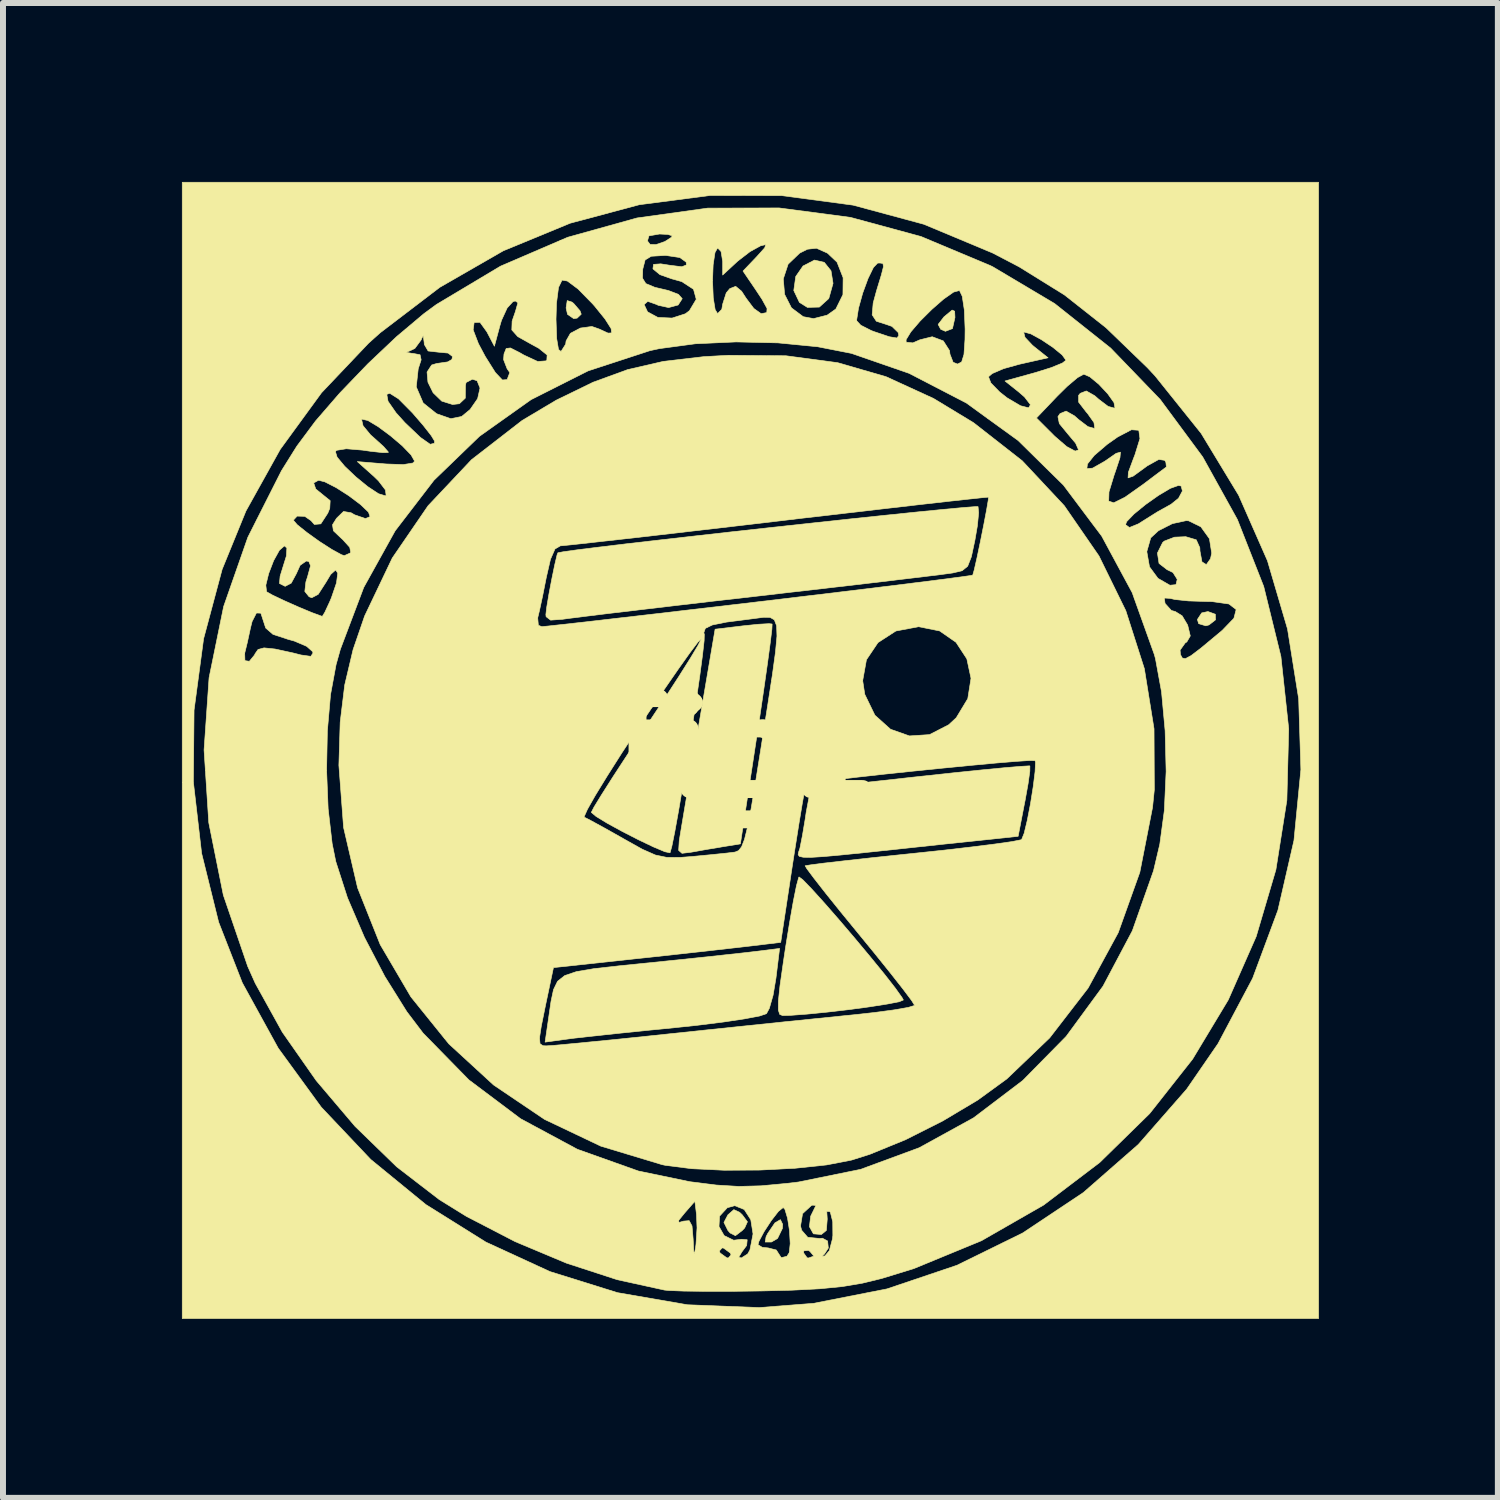
<source format=kicad_pcb>
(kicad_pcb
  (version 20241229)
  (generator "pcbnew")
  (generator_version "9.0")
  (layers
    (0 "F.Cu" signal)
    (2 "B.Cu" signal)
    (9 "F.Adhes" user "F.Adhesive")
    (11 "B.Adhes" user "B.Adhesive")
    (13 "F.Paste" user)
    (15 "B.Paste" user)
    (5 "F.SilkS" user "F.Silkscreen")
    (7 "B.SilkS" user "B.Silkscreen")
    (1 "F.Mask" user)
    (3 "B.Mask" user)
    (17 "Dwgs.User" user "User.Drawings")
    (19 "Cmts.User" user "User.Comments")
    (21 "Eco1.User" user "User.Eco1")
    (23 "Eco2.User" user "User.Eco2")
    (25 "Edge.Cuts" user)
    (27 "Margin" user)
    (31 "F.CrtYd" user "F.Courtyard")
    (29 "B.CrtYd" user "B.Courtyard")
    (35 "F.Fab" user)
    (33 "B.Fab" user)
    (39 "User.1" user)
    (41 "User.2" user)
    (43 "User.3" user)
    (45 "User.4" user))
  (footprint "fig1"
    (layer "F.Cu")
    (at 9.488 9.488)
    (property "Reference" "fig1" (at 0 0 0) (layer "F.SilkS") (effects (font (size 1.524 1.524) (thickness 0.3))))
    (attr through_hole)
    (fp_poly (pts (xy 7.836 -2.241) (xy 7.839 -2.147) (xy 7.73 -2.062) (xy 7.676 -2.047) (xy 7.556 -2.083) (xy 7.535 -2.153) (xy 7.607 -2.263) (xy 7.712 -2.286) (xy 7.836 -2.241)) (stroke (width 0.01) (type solid)) (fill yes) (layer "F.SilkS"))
    (fp_poly (pts (xy -2.95 -7.474) (xy -2.921 -7.451) (xy -2.815 -7.328) (xy -2.794 -7.271) (xy -2.863 -7.205) (xy -2.921 -7.197) (xy -3.024 -7.268) (xy -3.048 -7.376) (xy -3.029 -7.499) (xy -2.95 -7.474)) (stroke (width 0.01) (type solid)) (fill yes) (layer "F.SilkS"))
    (fp_poly (pts (xy 0.583 7.987) (xy 0.579 8.054) (xy 0.497 8.223) (xy 0.395 8.283) (xy 0.29 8.283) (xy 0.304 8.195) (xy 0.332 8.14) (xy 0.453 7.962) (xy 0.545 7.908) (xy 0.583 7.987)) (stroke (width 0.01) (type solid)) (fill yes) (layer "F.SilkS"))
    (fp_poly (pts (xy 3.466 -7.321) (xy 3.471 -7.215) (xy 3.429 -7.029) (xy 3.311 -6.984) (xy 3.232 -7.018) (xy 3.189 -7.099) (xy 3.286 -7.225) (xy 3.3 -7.237) (xy 3.424 -7.34) (xy 3.466 -7.321)) (stroke (width 0.01) (type solid)) (fill yes) (layer "F.SilkS"))
    (fp_poly (pts (xy -0.139 7.785) (xy -0.095 7.827) (xy -0.008 7.944) (xy -0.054 8.047) (xy -0.095 8.09) (xy -0.209 8.177) (xy -0.298 8.132) (xy -0.335 8.09) (xy -0.402 7.955) (xy -0.335 7.827) (xy -0.236 7.74) (xy -0.139 7.785)) (stroke (width 0.01) (type solid)) (fill yes) (layer "F.SilkS"))
    (fp_poly (pts (xy 1.28 -8.14) (xy 1.393 -7.999) (xy 1.427 -7.788) (xy 1.358 -7.541) (xy 1.352 -7.53) (xy 1.197 -7.39) (xy 0.997 -7.385) (xy 0.864 -7.468) (xy 0.769 -7.668) (xy 0.802 -7.903) (xy 0.924 -8.079) (xy 1.116 -8.178) (xy 1.28 -8.14)) (stroke (width 0.01) (type solid)) (fill yes) (layer "F.SilkS"))
    (fp_poly (pts (xy 0.406 -2.077) (xy 0.402 -1.99) (xy 0.374 -1.759) (xy 0.327 -1.41) (xy 0.264 -0.967) (xy 0.189 -0.455) (xy 0.153 -0.221) (xy -0.126 1.609) (xy -0.423 1.657) (xy -0.703 1.704) (xy -0.955 1.749) (xy -1.105 1.767) (xy -1.161 1.718) (xy -1.151 1.558) (xy -1.137 1.468) (xy -1.106 1.281) (xy -1.052 0.96) (xy -0.981 0.54) (xy -0.898 0.053) (xy -0.817 -0.423) (xy -0.55 -1.99) (xy -0.085 -2.046) (xy 0.175 -2.073) (xy 0.355 -2.083) (xy 0.406 -2.077)) (stroke (width 0.01) (type solid)) (fill yes) (layer "F.SilkS"))
    (fp_poly (pts (xy 0.92 2.21) (xy 1.068 2.363) (xy 1.278 2.595) (xy 1.527 2.88) (xy 1.793 3.192) (xy 2.054 3.505) (xy 2.288 3.792) (xy 2.472 4.028) (xy 2.584 4.185) (xy 2.606 4.226) (xy 2.536 4.255) (xy 2.335 4.294) (xy 2.042 4.34) (xy 1.695 4.387) (xy 1.331 4.429) (xy 0.988 4.463) (xy 0.706 4.484) (xy 0.583 4.487) (xy 0.534 4.468) (xy 0.51 4.395) (xy 0.511 4.242) (xy 0.538 3.985) (xy 0.593 3.599) (xy 0.63 3.351) (xy 0.698 2.931) (xy 0.761 2.573) (xy 0.814 2.31) (xy 0.851 2.174) (xy 0.857 2.163) (xy 0.92 2.21)) (stroke (width 0.01) (type solid)) (fill yes) (layer "F.SilkS"))
    (fp_poly (pts (xy 0.47 3.861) (xy 0.422 4.146) (xy 0.359 4.366) (xy 0.311 4.455) (xy 0.197 4.494) (xy -0.056 4.542) (xy -0.417 4.596) (xy -0.857 4.651) (xy -1.228 4.69) (xy -1.734 4.74) (xy -2.208 4.789) (xy -2.613 4.833) (xy -2.912 4.866) (xy -3.034 4.882) (xy -3.4 4.932) (xy -3.34 4.519) (xy -3.301 4.25) (xy -3.259 4.052) (xy -3.191 3.912) (xy -3.07 3.816) (xy -2.874 3.75) (xy -2.578 3.7) (xy -2.158 3.653) (xy -1.722 3.609) (xy -1.214 3.557) (xy -0.732 3.507) (xy -0.317 3.462) (xy -0.006 3.428) (xy 0.117 3.413) (xy 0.531 3.362) (xy 0.47 3.861)) (stroke (width 0.01) (type solid)) (fill yes) (layer "F.SilkS"))
    (fp_poly (pts (xy 4.727 0.302) (xy 4.726 0.39) (xy 4.697 0.599) (xy 4.646 0.885) (xy 4.642 0.903) (xy 4.53 1.482) (xy 3.26 1.616) (xy 2.552 1.692) (xy 1.996 1.751) (xy 1.573 1.794) (xy 1.265 1.822) (xy 1.056 1.835) (xy 0.928 1.833) (xy 0.862 1.818) (xy 0.842 1.789) (xy 0.85 1.746) (xy 0.869 1.691) (xy 0.873 1.676) (xy 0.913 1.474) (xy 0.96 1.194) (xy 0.977 1.079) (xy 1.021 0.845) (xy 1.068 0.697) (xy 1.089 0.673) (xy 1.186 0.663) (xy 1.425 0.637) (xy 1.782 0.598) (xy 2.23 0.55) (xy 2.745 0.493) (xy 2.921 0.474) (xy 3.45 0.417) (xy 3.918 0.369) (xy 4.302 0.332) (xy 4.576 0.309) (xy 4.715 0.301) (xy 4.727 0.302)) (stroke (width 0.01) (type solid)) (fill yes) (layer "F.SilkS"))
    (fp_poly (pts (xy 3.858 -4.045) (xy 3.868 -3.942) (xy 3.847 -3.725) (xy 3.806 -3.485) (xy 3.746 -3.204) (xy 3.684 -3.046) (xy 3.591 -2.97) (xy 3.434 -2.933) (xy 3.398 -2.928) (xy 3.243 -2.907) (xy 2.941 -2.87) (xy 2.515 -2.819) (xy 1.985 -2.756) (xy 1.374 -2.685) (xy 0.704 -2.608) (xy 0.127 -2.541) (xy -0.575 -2.461) (xy -1.233 -2.384) (xy -1.826 -2.314) (xy -2.333 -2.254) (xy -2.732 -2.205) (xy -3.002 -2.171) (xy -3.111 -2.156) (xy -3.308 -2.142) (xy -3.383 -2.2) (xy -3.387 -2.236) (xy -3.372 -2.363) (xy -3.335 -2.583) (xy -3.286 -2.84) (xy -3.237 -3.077) (xy -3.199 -3.237) (xy -3.186 -3.271) (xy -3.097 -3.288) (xy -2.861 -3.321) (xy -2.5 -3.366) (xy -2.035 -3.422) (xy -1.488 -3.485) (xy -0.88 -3.554) (xy -0.232 -3.627) (xy 0.434 -3.7) (xy 1.097 -3.772) (xy 1.736 -3.841) (xy 2.328 -3.903) (xy 2.854 -3.957) (xy 3.29 -4) (xy 3.616 -4.03) (xy 3.811 -4.045) (xy 3.858 -4.045)) (stroke (width 0.01) (type solid)) (fill yes) (layer "F.SilkS"))
    (fp_poly (pts (xy 9.567 9.567) (xy -9.483 9.567) (xy -9.483 0.575) (xy -9.296 0.575) (xy -9.158 1.768) (xy -8.873 2.921) (xy -8.476 3.938) (xy -7.874 5.033) (xy -7.152 6.023) (xy -6.323 6.899) (xy -5.398 7.656) (xy -4.392 8.285) (xy -3.318 8.779) (xy -2.187 9.132) (xy -1.014 9.335) (xy 0.19 9.382) (xy 1.101 9.311) (xy 2.331 9.069) (xy 3.504 8.673) (xy 4.606 8.132) (xy 5.623 7.454) (xy 6.544 6.648) (xy 7.356 5.72) (xy 7.88 4.959) (xy 8.461 3.863) (xy 8.885 2.722) (xy 9.154 1.551) (xy 9.27 0.364) (xy 9.233 -0.822) (xy 9.046 -1.994) (xy 8.71 -3.137) (xy 8.227 -4.235) (xy 7.598 -5.273) (xy 6.825 -6.237) (xy 6.694 -6.377) (xy 6.003 -7.044) (xy 5.307 -7.593) (xy 4.546 -8.065) (xy 4.106 -8.295) (xy 2.948 -8.779) (xy 1.763 -9.099) (xy 0.565 -9.259) (xy -0.635 -9.261) (xy -1.821 -9.106) (xy -2.98 -8.796) (xy -4.1 -8.334) (xy -5.166 -7.721) (xy -6.165 -6.959) (xy -6.36 -6.784) (xy -7.148 -5.954) (xy -7.84 -5.005) (xy -8.415 -3.972) (xy -8.814 -2.994) (xy -9.125 -1.831) (xy -9.285 -0.633) (xy -9.296 0.575) (xy -9.483 0.575) (xy -9.483 -9.483) (xy 9.567 -9.483) (xy 9.567 9.567)) (stroke (width 0.01) (type solid)) (fill yes) (layer "F.SilkS"))
    (fp_poly (pts (xy 0.637 -6.574) (xy 1.505 -6.458) (xy 2.316 -6.223) (xy 3.112 -5.858) (xy 3.782 -5.452) (xy 4.599 -4.813) (xy 5.303 -4.061) (xy 5.885 -3.218) (xy 6.335 -2.3) (xy 6.646 -1.328) (xy 6.808 -0.321) (xy 6.813 0.702) (xy 6.783 0.998) (xy 6.57 2.085) (xy 6.208 3.097) (xy 5.703 4.026) (xy 5.058 4.862) (xy 4.34 5.549) (xy 3.852 5.904) (xy 3.265 6.254) (xy 2.642 6.568) (xy 2.043 6.813) (xy 1.736 6.91) (xy 1.318 6.991) (xy 0.787 7.047) (xy 0.197 7.077) (xy -0.397 7.08) (xy -0.941 7.054) (xy -1.382 6.998) (xy -1.439 6.986) (xy -2.466 6.676) (xy -3.41 6.227) (xy -4.263 5.651) (xy -5.013 4.962) (xy -5.095 4.861) (xy -3.494 4.861) (xy -3.485 4.959) (xy -3.437 4.992) (xy -3.382 4.995) (xy -3.256 4.987) (xy -2.987 4.962) (xy -2.603 4.925) (xy -2.128 4.878) (xy -1.59 4.822) (xy -1.296 4.791) (xy -0.659 4.724) (xy -0.003 4.656) (xy 0.629 4.59) (xy 1.192 4.533) (xy 1.64 4.487) (xy 1.714 4.48) (xy 2.119 4.436) (xy 2.454 4.391) (xy 2.689 4.35) (xy 2.792 4.318) (xy 2.794 4.315) (xy 2.743 4.233) (xy 2.601 4.044) (xy 2.385 3.769) (xy 2.114 3.432) (xy 1.865 3.128) (xy 1.563 2.759) (xy 1.305 2.438) (xy 1.108 2.186) (xy 0.988 2.025) (xy 0.959 1.976) (xy 1.047 1.961) (xy 1.278 1.931) (xy 1.627 1.891) (xy 2.07 1.842) (xy 2.581 1.788) (xy 2.756 1.77) (xy 3.287 1.714) (xy 3.76 1.659) (xy 4.149 1.61) (xy 4.43 1.57) (xy 4.575 1.541) (xy 4.589 1.535) (xy 4.631 1.431) (xy 4.683 1.215) (xy 4.737 0.937) (xy 4.783 0.648) (xy 4.814 0.399) (xy 4.821 0.241) (xy 4.813 0.213) (xy 4.723 0.211) (xy 4.494 0.226) (xy 4.156 0.254) (xy 3.737 0.293) (xy 3.266 0.339) (xy 2.774 0.389) (xy 2.288 0.44) (xy 1.839 0.49) (xy 1.456 0.534) (xy 1.167 0.572) (xy 1.002 0.598) (xy 0.975 0.606) (xy 0.954 0.696) (xy 0.913 0.923) (xy 0.857 1.26) (xy 0.791 1.677) (xy 0.749 1.947) (xy 0.55 3.26) (xy -0.000147 3.326) (xy -0.281 3.358) (xy -0.685 3.404) (xy -1.166 3.457) (xy -1.678 3.513) (xy -1.905 3.537) (xy -3.26 3.683) (xy -3.398 4.339) (xy -3.464 4.666) (xy -3.494 4.861) (xy -5.095 4.861) (xy -5.65 4.173) (xy -6.164 3.297) (xy -6.543 2.346) (xy -6.778 1.335) (xy -6.792 1.15) (xy -2.744 1.15) (xy -2.742 1.162) (xy -2.638 1.215) (xy -2.427 1.33) (xy -2.151 1.485) (xy -2.074 1.529) (xy -1.77 1.699) (xy -1.55 1.796) (xy -1.356 1.836) (xy -1.126 1.835) (xy -0.931 1.82) (xy -0.618 1.79) (xy -0.354 1.763) (xy -0.215 1.746) (xy -0.157 1.722) (xy -0.106 1.658) (xy -0.057 1.532) (xy -0.005 1.323) (xy 0.055 1.01) (xy 0.128 0.572) (xy 0.221 -0.011) (xy 0.227 -0.05) (xy 0.331 -0.712) (xy 0.395 -1.128) (xy 1.924 -1.128) (xy 1.959 -0.898) (xy 2.129 -0.548) (xy 2.391 -0.313) (xy 2.708 -0.201) (xy 3.045 -0.223) (xy 3.366 -0.388) (xy 3.493 -0.506) (xy 3.686 -0.826) (xy 3.74 -1.167) (xy 3.67 -1.493) (xy 3.489 -1.77) (xy 3.214 -1.961) (xy 2.862 -2.032) (xy 2.481 -1.96) (xy 2.181 -1.766) (xy 1.987 -1.478) (xy 1.924 -1.128) (xy 0.395 -1.128) (xy 0.41 -1.224) (xy 0.462 -1.605) (xy 0.487 -1.874) (xy 0.481 -2.048) (xy 0.443 -2.147) (xy 0.372 -2.188) (xy 0.265 -2.19) (xy 0.121 -2.171) (xy 0.021 -2.158) (xy -0.36 -2.109) (xy -0.596 -2.061) (xy -0.714 -2.004) (xy -0.739 -1.932) (xy -0.731 -1.903) (xy -0.734 -1.797) (xy -0.761 -1.556) (xy -0.807 -1.209) (xy -0.868 -0.786) (xy -0.939 -0.318) (xy -1.015 0.166) (xy -1.091 0.634) (xy -1.163 1.057) (xy -1.226 1.406) (xy -1.275 1.649) (xy -1.305 1.757) (xy -1.307 1.758) (xy -1.393 1.74) (xy -1.585 1.659) (xy -1.838 1.538) (xy -2.111 1.398) (xy -2.361 1.261) (xy -2.546 1.148) (xy -2.624 1.082) (xy -2.625 1.08) (xy -2.58 0.992) (xy -2.454 0.786) (xy -2.262 0.484) (xy -2.018 0.11) (xy -1.737 -0.316) (xy -1.687 -0.391) (xy -1.403 -0.82) (xy -1.157 -1.199) (xy -0.963 -1.507) (xy -0.834 -1.723) (xy -0.784 -1.824) (xy -0.784 -1.828) (xy -0.839 -1.772) (xy -0.973 -1.594) (xy -1.172 -1.314) (xy -1.422 -0.952) (xy -1.708 -0.529) (xy -1.818 -0.364) (xy -2.11 0.079) (xy -2.36 0.473) (xy -2.558 0.796) (xy -2.69 1.029) (xy -2.744 1.15) (xy -6.792 1.15) (xy -6.857 0.291) (xy -6.835 -0.432) (xy -6.759 -1.056) (xy -6.619 -1.647) (xy -6.436 -2.18) (xy -3.524 -2.18) (xy -3.513 -2.056) (xy -3.456 -2.033) (xy -3.35 -2.043) (xy -3.095 -2.071) (xy -2.707 -2.114) (xy -2.206 -2.172) (xy -1.608 -2.241) (xy -0.933 -2.32) (xy -0.198 -2.406) (xy 0.201 -2.453) (xy 0.956 -2.543) (xy 1.657 -2.627) (xy 2.287 -2.704) (xy 2.828 -2.771) (xy 3.262 -2.826) (xy 3.573 -2.867) (xy 3.742 -2.891) (xy 3.769 -2.897) (xy 3.794 -2.984) (xy 3.84 -3.186) (xy 3.896 -3.453) (xy 3.953 -3.737) (xy 4.001 -3.989) (xy 4.03 -4.16) (xy 4.033 -4.204) (xy 3.949 -4.197) (xy 3.715 -4.172) (xy 3.348 -4.132) (xy 2.864 -4.077) (xy 2.283 -4.01) (xy 1.621 -3.933) (xy 0.895 -3.849) (xy 0.508 -3.803) (xy -0.249 -3.714) (xy -0.956 -3.632) (xy -1.595 -3.558) (xy -2.149 -3.495) (xy -2.598 -3.445) (xy -2.924 -3.409) (xy -3.109 -3.39) (xy -3.143 -3.388) (xy -3.234 -3.335) (xy -3.31 -3.162) (xy -3.38 -2.857) (xy -3.44 -2.555) (xy -3.494 -2.304) (xy -3.524 -2.18) (xy -6.436 -2.18) (xy -6.424 -2.214) (xy -5.962 -3.183) (xy -5.362 -4.059) (xy -4.633 -4.832) (xy -3.785 -5.489) (xy -3.214 -5.829) (xy -2.596 -6.13) (xy -2.016 -6.342) (xy -1.417 -6.48) (xy -0.74 -6.559) (xy -0.328 -6.582) (xy 0.637 -6.574)) (stroke (width 0.01) (type solid)) (fill yes) (layer "F.SilkS"))
    (fp_poly (pts (xy 1.719 -8.894) (xy 2.902 -8.573) (xy 4.059 -8.088) (xy 4.106 -8.065) (xy 5.142 -7.449) (xy 6.081 -6.703) (xy 6.912 -5.841) (xy 7.624 -4.878) (xy 8.206 -3.828) (xy 8.647 -2.706) (xy 8.935 -1.534) (xy 9.066 -0.318) (xy 9.035 0.878) (xy 8.851 2.042) (xy 8.521 3.161) (xy 8.053 4.224) (xy 7.455 5.217) (xy 6.735 6.13) (xy 5.899 6.949) (xy 4.957 7.664) (xy 3.916 8.261) (xy 2.783 8.728) (xy 2.244 8.894) (xy 1.92 8.973) (xy 1.588 9.029) (xy 1.206 9.067) (xy 0.733 9.091) (xy 0.212 9.104) (xy -0.27 9.11) (xy -0.711 9.11) (xy -1.073 9.106) (xy -1.322 9.096) (xy -1.397 9.089) (xy -2.19 8.915) (xy -3.043 8.637) (xy -3.903 8.276) (xy -4.584 7.923) (xy -1.163 7.923) (xy -1.154 7.955) (xy -1.079 7.933) (xy -0.985 7.925) (xy -0.937 8.013) (xy -0.918 8.235) (xy -0.918 8.236) (xy -0.908 8.44) (xy -0.896 8.484) (xy -0.888 8.434) (xy -0.479 8.434) (xy -0.466 8.467) (xy -0.354 8.548) (xy -0.329 8.551) (xy -0.283 8.499) (xy -0.296 8.467) (xy -0.408 8.385) (xy -0.433 8.382) (xy -0.479 8.434) (xy -0.888 8.434) (xy -0.877 8.375) (xy -0.87 8.317) (xy -0.853 8.046) (xy -0.854 8.023) (xy -0.485 8.023) (xy -0.398 8.176) (xy -0.239 8.253) (xy -0.106 8.237) (xy -0.012 8.245) (xy -0.021 8.341) (xy -0.102 8.45) (xy -0.153 8.537) (xy -0.111 8.551) (xy -0.004 8.483) (xy 0.033 8.417) (xy 0.051 8.328) (xy 0.169 8.328) (xy 0.24 8.372) (xy 0.339 8.382) (xy 0.476 8.417) (xy 0.508 8.467) (xy 0.559 8.546) (xy 0.654 8.522) (xy 0.693 8.462) (xy 0.931 8.462) (xy 0.993 8.548) (xy 1.016 8.551) (xy 1.098 8.522) (xy 1.101 8.514) (xy 1.041 8.442) (xy 1.016 8.424) (xy 0.938 8.431) (xy 0.931 8.462) (xy 0.693 8.462) (xy 0.693 8.461) (xy 0.709 8.309) (xy 0.697 8.094) (xy 0.685 8.015) (xy 0.882 8.015) (xy 0.901 8.086) (xy 1.003 8.204) (xy 1.204 8.224) (xy 1.249 8.219) (xy 1.336 8.266) (xy 1.348 8.384) (xy 1.28 8.489) (xy 1.268 8.496) (xy 1.249 8.522) (xy 1.289 8.517) (xy 1.365 8.428) (xy 1.417 8.232) (xy 1.424 8.174) (xy 1.422 7.944) (xy 1.383 7.788) (xy 1.371 7.772) (xy 1.322 7.771) (xy 1.33 7.898) (xy 1.315 8.089) (xy 1.232 8.157) (xy 1.098 8.146) (xy 1.031 8.026) (xy 1.052 7.85) (xy 1.086 7.781) (xy 1.14 7.67) (xy 1.084 7.665) (xy 1.064 7.672) (xy 0.916 7.808) (xy 0.882 8.015) (xy 0.685 8.015) (xy 0.664 7.882) (xy 0.62 7.735) (xy 0.591 7.705) (xy 0.512 7.769) (xy 0.392 7.924) (xy 0.27 8.111) (xy 0.185 8.271) (xy 0.169 8.328) (xy 0.051 8.328) (xy 0.086 8.148) (xy 0.048 7.909) (xy -0.062 7.738) (xy -0.221 7.674) (xy -0.345 7.708) (xy -0.475 7.849) (xy -0.485 8.023) (xy -0.854 8.023) (xy -0.862 7.82) (xy -0.889 7.6) (xy -1.058 7.794) (xy -1.163 7.923) (xy -4.584 7.923) (xy -4.718 7.854) (xy -5.175 7.571) (xy -5.888 7.022) (xy -6.586 6.344) (xy -7.236 5.578) (xy -7.805 4.765) (xy -8.259 3.945) (xy -8.386 3.66) (xy -8.794 2.467) (xy -9.038 1.254) (xy -9.095 0.373) (xy -7.063 0.373) (xy -7.037 1.021) (xy -6.97 1.603) (xy -6.909 1.905) (xy -6.713 2.513) (xy -6.429 3.175) (xy -6.087 3.831) (xy -5.718 4.422) (xy -5.445 4.782) (xy -4.678 5.565) (xy -3.81 6.217) (xy -2.858 6.729) (xy -1.836 7.093) (xy -0.974 7.272) (xy -0.53 7.328) (xy -0.156 7.351) (xy 0.22 7.341) (xy 0.668 7.299) (xy 0.849 7.277) (xy 1.889 7.065) (xy 2.871 6.703) (xy 3.782 6.202) (xy 4.608 5.575) (xy 5.336 4.835) (xy 5.953 3.994) (xy 6.445 3.065) (xy 6.8 2.059) (xy 6.905 1.614) (xy 6.981 1.049) (xy 7.011 0.394) (xy 6.994 -0.289) (xy 6.934 -0.94) (xy 6.832 -1.497) (xy 6.813 -1.566) (xy 6.474 -2.513) (xy 6.98 -2.513) (xy 6.993 -2.422) (xy 7.099 -2.304) (xy 7.165 -2.286) (xy 7.279 -2.215) (xy 7.372 -2.059) (xy 7.416 -1.877) (xy 7.358 -1.777) (xy 7.331 -1.76) (xy 7.245 -1.639) (xy 7.251 -1.565) (xy 7.282 -1.507) (xy 7.333 -1.496) (xy 7.429 -1.547) (xy 7.596 -1.674) (xy 7.859 -1.893) (xy 7.951 -1.97) (xy 8.147 -2.173) (xy 8.185 -2.32) (xy 8.063 -2.413) (xy 7.781 -2.453) (xy 7.672 -2.455) (xy 7.387 -2.464) (xy 7.159 -2.488) (xy 7.076 -2.507) (xy 6.98 -2.513) (xy 6.474 -2.513) (xy 6.443 -2.601) (xy 6.071 -3.291) (xy 6.687 -3.291) (xy 6.732 -3.036) (xy 6.874 -2.843) (xy 6.877 -2.841) (xy 7.075 -2.727) (xy 7.176 -2.737) (xy 7.197 -2.826) (xy 7.126 -2.94) (xy 7.027 -2.988) (xy 6.892 -3.093) (xy 6.865 -3.267) (xy 6.952 -3.442) (xy 6.98 -3.467) (xy 7.151 -3.533) (xy 7.34 -3.541) (xy 7.516 -3.489) (xy 7.576 -3.356) (xy 7.578 -3.302) (xy 7.612 -3.119) (xy 7.685 -3.073) (xy 7.755 -3.172) (xy 7.775 -3.265) (xy 7.737 -3.507) (xy 7.593 -3.707) (xy 7.389 -3.807) (xy 7.347 -3.81) (xy 7.116 -3.76) (xy 6.883 -3.642) (xy 6.753 -3.522) (xy 6.687 -3.291) (xy 6.071 -3.291) (xy 5.931 -3.551) (xy 5.787 -3.742) (xy 6.33 -3.742) (xy 6.396 -3.695) (xy 6.546 -3.756) (xy 6.633 -3.811) (xy 6.867 -3.958) (xy 7.077 -4.075) (xy 7.091 -4.082) (xy 7.219 -4.185) (xy 7.284 -4.307) (xy 7.263 -4.39) (xy 7.218 -4.4) (xy 7.083 -4.352) (xy 6.883 -4.233) (xy 6.665 -4.079) (xy 6.472 -3.921) (xy 6.35 -3.794) (xy 6.33 -3.742) (xy 5.787 -3.742) (xy 5.289 -4.406) (xy 5.008 -4.682) (xy 5.682 -4.682) (xy 5.778 -4.69) (xy 5.981 -4.805) (xy 6.012 -4.826) (xy 6.173 -4.938) (xy 6.245 -4.958) (xy 6.237 -4.865) (xy 6.162 -4.639) (xy 6.139 -4.574) (xy 6.053 -4.292) (xy 6.048 -4.138) (xy 6.133 -4.109) (xy 6.32 -4.202) (xy 6.619 -4.413) (xy 6.646 -4.433) (xy 6.846 -4.584) (xy 6.983 -4.686) (xy 7.015 -4.71) (xy 7.007 -4.786) (xy 6.988 -4.821) (xy 6.888 -4.836) (xy 6.694 -4.728) (xy 6.641 -4.689) (xy 6.457 -4.555) (xy 6.373 -4.527) (xy 6.378 -4.62) (xy 6.463 -4.85) (xy 6.488 -4.914) (xy 6.572 -5.185) (xy 6.553 -5.325) (xy 6.43 -5.334) (xy 6.199 -5.213) (xy 6.023 -5.089) (xy 5.806 -4.903) (xy 5.692 -4.76) (xy 5.682 -4.682) (xy 5.008 -4.682) (xy 4.53 -5.153) (xy 4.008 -5.531) (xy 4.837 -5.531) (xy 5.143 -5.225) (xy 5.345 -5.051) (xy 5.486 -4.976) (xy 5.543 -4.996) (xy 5.494 -5.108) (xy 5.367 -5.259) (xy 5.221 -5.437) (xy 5.197 -5.553) (xy 5.232 -5.604) (xy 5.334 -5.646) (xy 5.474 -5.567) (xy 5.544 -5.505) (xy 5.7 -5.386) (xy 5.806 -5.357) (xy 5.814 -5.362) (xy 5.801 -5.455) (xy 5.694 -5.606) (xy 5.671 -5.632) (xy 5.544 -5.797) (xy 5.543 -5.909) (xy 5.571 -5.944) (xy 5.673 -5.984) (xy 5.814 -5.904) (xy 5.883 -5.843) (xy 6.039 -5.725) (xy 6.145 -5.696) (xy 6.153 -5.701) (xy 6.137 -5.789) (xy 6.032 -5.937) (xy 5.883 -6.096) (xy 5.732 -6.221) (xy 5.631 -6.265) (xy 5.526 -6.208) (xy 5.351 -6.06) (xy 5.187 -5.898) (xy 4.837 -5.531) (xy 4.008 -5.531) (xy 3.664 -5.781) (xy 2.813 -6.222) (xy 4.033 -6.222) (xy 4.073 -6.118) (xy 4.22 -5.967) (xy 4.346 -5.868) (xy 4.57 -5.736) (xy 4.707 -5.701) (xy 4.736 -5.754) (xy 4.637 -5.883) (xy 4.538 -5.969) (xy 4.31 -6.151) (xy 4.822 -6.293) (xy 5.087 -6.376) (xy 5.272 -6.452) (xy 5.332 -6.499) (xy 5.268 -6.588) (xy 5.113 -6.715) (xy 4.92 -6.844) (xy 4.743 -6.941) (xy 4.632 -6.971) (xy 4.624 -6.966) (xy 4.645 -6.883) (xy 4.769 -6.751) (xy 4.8 -6.725) (xy 5.032 -6.54) (xy 4.552 -6.432) (xy 4.286 -6.358) (xy 4.096 -6.276) (xy 4.033 -6.222) (xy 2.813 -6.222) (xy 2.703 -6.279) (xy 1.736 -6.614) (xy 1.17 -6.725) (xy 0.505 -6.79) (xy -0.199 -6.806) (xy -0.882 -6.775) (xy -1.483 -6.694) (xy -1.641 -6.66) (xy -2.678 -6.321) (xy -3.634 -5.839) (xy -4.5 -5.224) (xy -5.263 -4.487) (xy -5.914 -3.639) (xy -6.44 -2.691) (xy -6.832 -1.654) (xy -6.904 -1.397) (xy -6.997 -0.894) (xy -7.05 -0.285) (xy -7.063 0.373) (xy -9.095 0.373) (xy -9.117 0.035) (xy -9.033 -1.177) (xy -8.949 -1.587) (xy -8.436 -1.587) (xy -8.432 -1.463) (xy -8.358 -1.452) (xy -8.271 -1.558) (xy -8.263 -1.577) (xy -8.212 -1.65) (xy -8.112 -1.677) (xy -7.927 -1.658) (xy -7.625 -1.592) (xy -7.492 -1.558) (xy -7.328 -1.535) (xy -7.291 -1.59) (xy -7.298 -1.615) (xy -7.397 -1.703) (xy -7.603 -1.791) (xy -7.711 -1.821) (xy -7.962 -1.904) (xy -8.084 -2.01) (xy -8.113 -2.099) (xy -8.165 -2.259) (xy -8.239 -2.262) (xy -8.312 -2.119) (xy -8.339 -2.011) (xy -8.391 -1.771) (xy -8.436 -1.587) (xy -8.949 -1.587) (xy -8.789 -2.37) (xy -8.664 -2.728) (xy -8.082 -2.728) (xy -8.069 -2.618) (xy -7.97 -2.562) (xy -7.772 -2.468) (xy -7.531 -2.361) (xy -7.305 -2.267) (xy -7.15 -2.21) (xy -7.134 -2.206) (xy -7.093 -2.273) (xy -7.013 -2.445) (xy -6.983 -2.515) (xy -6.897 -2.766) (xy -6.876 -2.929) (xy -6.911 -2.983) (xy -6.995 -2.908) (xy -7.074 -2.776) (xy -7.204 -2.574) (xy -7.311 -2.518) (xy -7.356 -2.534) (xy -7.428 -2.623) (xy -7.41 -2.783) (xy -7.382 -2.87) (xy -7.332 -3.054) (xy -7.361 -3.126) (xy -7.404 -3.133) (xy -7.507 -3.061) (xy -7.57 -2.921) (xy -7.656 -2.762) (xy -7.758 -2.709) (xy -7.853 -2.757) (xy -7.842 -2.879) (xy -7.77 -3.112) (xy -7.737 -3.217) (xy -7.729 -3.351) (xy -7.77 -3.387) (xy -7.854 -3.314) (xy -7.951 -3.139) (xy -8.034 -2.923) (xy -8.082 -2.728) (xy -8.664 -2.728) (xy -8.383 -3.531) (xy -8.239 -3.817) (xy -7.62 -3.817) (xy -7.555 -3.741) (xy -7.394 -3.612) (xy -7.185 -3.462) (xy -6.975 -3.327) (xy -6.814 -3.239) (xy -6.766 -3.223) (xy -6.668 -3.267) (xy -6.658 -3.276) (xy -6.675 -3.363) (xy -6.795 -3.495) (xy -6.811 -3.509) (xy -6.949 -3.64) (xy -6.964 -3.741) (xy -6.896 -3.85) (xy -6.779 -3.964) (xy -6.652 -3.942) (xy -6.592 -3.907) (xy -6.412 -3.845) (xy -6.334 -3.877) (xy -6.361 -3.953) (xy -6.493 -4.079) (xy -6.688 -4.226) (xy -6.902 -4.363) (xy -7.092 -4.46) (xy -7.198 -4.487) (xy -7.279 -4.442) (xy -7.245 -4.341) (xy -7.115 -4.235) (xy -7.003 -4.145) (xy -7.01 -4.016) (xy -7.043 -3.935) (xy -7.16 -3.756) (xy -7.268 -3.746) (xy -7.324 -3.81) (xy -7.429 -3.882) (xy -7.557 -3.886) (xy -7.62 -3.818) (xy -7.62 -3.817) (xy -8.239 -3.817) (xy -7.819 -4.647) (xy -7.617 -4.97) (xy -6.916 -4.97) (xy -6.887 -4.875) (xy -6.759 -4.721) (xy -6.573 -4.544) (xy -6.371 -4.379) (xy -6.192 -4.261) (xy -6.077 -4.226) (xy -6.065 -4.233) (xy -6.077 -4.325) (xy -6.193 -4.477) (xy -6.27 -4.552) (xy -6.548 -4.8) (xy -6.068 -4.76) (xy -5.775 -4.75) (xy -5.613 -4.777) (xy -5.588 -4.808) (xy -5.647 -4.912) (xy -5.795 -5.065) (xy -5.993 -5.233) (xy -6.198 -5.385) (xy -6.371 -5.489) (xy -6.47 -5.511) (xy -6.476 -5.505) (xy -6.452 -5.401) (xy -6.326 -5.248) (xy -6.267 -5.196) (xy -6.109 -5.053) (xy -6.03 -4.963) (xy -6.029 -4.952) (xy -6.119 -4.95) (xy -6.322 -4.972) (xy -6.459 -4.992) (xy -6.733 -5.015) (xy -6.894 -4.989) (xy -6.916 -4.97) (xy -7.617 -4.97) (xy -7.562 -5.058) (xy -7.249 -5.479) (xy -6.861 -5.927) (xy -6.054 -5.927) (xy -6.033 -5.811) (xy -5.899 -5.618) (xy -5.75 -5.453) (xy -5.489 -5.204) (xy -5.326 -5.09) (xy -5.256 -5.107) (xy -5.253 -5.144) (xy -5.308 -5.235) (xy -5.446 -5.411) (xy -5.624 -5.617) (xy -5.857 -5.852) (xy -6.004 -5.945) (xy -6.054 -5.927) (xy -6.861 -5.927) (xy -6.838 -5.953) (xy -6.371 -6.439) (xy -6.168 -6.631) (xy -5.728 -6.631) (xy -5.635 -6.615) (xy -5.617 -6.614) (xy -5.496 -6.591) (xy -5.478 -6.506) (xy -5.527 -6.355) (xy -5.56 -6.053) (xy -5.444 -5.783) (xy -5.218 -5.602) (xy -4.98 -5.519) (xy -4.799 -5.556) (xy -4.657 -5.673) (xy -4.531 -5.855) (xy -4.491 -6.033) (xy -4.54 -6.155) (xy -4.618 -6.181) (xy -4.725 -6.126) (xy -4.735 -6.075) (xy -4.738 -5.863) (xy -4.837 -5.77) (xy -4.951 -5.757) (xy -5.133 -5.814) (xy -5.277 -5.954) (xy -5.364 -6.131) (xy -5.379 -6.301) (xy -5.302 -6.419) (xy -5.219 -6.444) (xy -5.033 -6.471) (xy -4.962 -6.512) (xy -4.953 -6.562) (xy -5.026 -6.619) (xy -5.186 -6.634) (xy -5.361 -6.654) (xy -5.425 -6.764) (xy -5.428 -6.803) (xy -5.443 -6.912) (xy -5.472 -6.857) (xy -5.476 -6.842) (xy -5.583 -6.697) (xy -5.657 -6.661) (xy -5.728 -6.631) (xy -6.168 -6.631) (xy -5.889 -6.895) (xy -5.754 -7.008) (xy -4.606 -7.008) (xy -4.518 -6.778) (xy -4.403 -6.562) (xy -4.234 -6.293) (xy -4.116 -6.168) (xy -4.037 -6.174) (xy -3.992 -6.292) (xy -4.037 -6.357) (xy -4.096 -6.509) (xy -4.089 -6.604) (xy -4.052 -6.696) (xy -3.981 -6.705) (xy -3.829 -6.628) (xy -3.754 -6.585) (xy -3.524 -6.478) (xy -3.387 -6.488) (xy -3.371 -6.501) (xy -3.366 -6.587) (xy -3.508 -6.701) (xy -3.631 -6.768) (xy -3.859 -6.896) (xy -3.958 -7.007) (xy -3.953 -7.153) (xy -3.942 -7.187) (xy -3.217 -7.187) (xy -3.206 -6.863) (xy -3.175 -6.679) (xy -3.133 -6.646) (xy -3.055 -6.769) (xy -3.048 -6.823) (xy -3.037 -6.842) (xy 2.651 -6.842) (xy 2.654 -6.801) (xy 2.765 -6.79) (xy 2.884 -6.842) (xy 3.09 -6.893) (xy 3.276 -6.823) (xy 3.38 -6.66) (xy 3.387 -6.601) (xy 3.44 -6.465) (xy 3.514 -6.435) (xy 3.583 -6.47) (xy 3.622 -6.596) (xy 3.639 -6.844) (xy 3.641 -7.022) (xy 3.628 -7.341) (xy 3.593 -7.571) (xy 3.547 -7.668) (xy 3.449 -7.642) (xy 3.282 -7.525) (xy 3.083 -7.351) (xy 2.887 -7.156) (xy 2.731 -6.974) (xy 2.651 -6.842) (xy -3.037 -6.842) (xy -2.976 -6.95) (xy -2.807 -7.039) (xy -2.615 -7.065) (xy -2.49 -7.021) (xy -2.345 -6.954) (xy -2.285 -6.957) (xy -2.293 -7.029) (xy -2.377 -7.162) (xy 1.822 -7.162) (xy 1.892 -7.086) (xy 2.069 -6.996) (xy 2.117 -6.978) (xy 2.37 -6.893) (xy 2.498 -6.872) (xy 2.53 -6.914) (xy 2.519 -6.964) (xy 2.415 -7.066) (xy 2.321 -7.099) (xy 2.153 -7.153) (xy 2.083 -7.26) (xy 2.1 -7.458) (xy 2.157 -7.667) (xy 2.237 -7.929) (xy 2.272 -8.067) (xy 2.264 -8.121) (xy 2.215 -8.129) (xy 2.175 -8.128) (xy 2.104 -8.054) (xy 2.014 -7.869) (xy 1.924 -7.624) (xy 1.854 -7.372) (xy 1.822 -7.168) (xy 1.822 -7.162) (xy -2.377 -7.162) (xy -2.395 -7.19) (xy -2.572 -7.409) (xy -2.605 -7.446) (xy -2.847 -7.693) (xy -3.027 -7.827) (xy -3.116 -7.842) (xy -3.175 -7.72) (xy -3.209 -7.456) (xy -3.217 -7.187) (xy -3.942 -7.187) (xy -3.898 -7.314) (xy -3.856 -7.462) (xy -3.9 -7.493) (xy -3.94 -7.48) (xy -4.036 -7.375) (xy -4.131 -7.168) (xy -4.156 -7.084) (xy -4.25 -6.734) (xy -4.376 -6.975) (xy -4.491 -7.134) (xy -4.585 -7.132) (xy -4.59 -7.128) (xy -4.606 -7.008) (xy -5.754 -7.008) (xy -5.435 -7.277) (xy -5.223 -7.433) (xy -4.485 -7.874) (xy -1.767 -7.874) (xy -1.711 -7.784) (xy -1.559 -7.721) (xy -1.333 -7.668) (xy -1.165 -7.604) (xy -1.101 -7.531) (xy -1.17 -7.425) (xy -1.329 -7.382) (xy -1.507 -7.421) (xy -1.526 -7.432) (xy -1.679 -7.486) (xy -1.74 -7.433) (xy -1.682 -7.31) (xy -1.51 -7.217) (xy -1.271 -7.206) (xy -1.048 -7.278) (xy -0.98 -7.33) (xy -0.866 -7.521) (xy -0.912 -7.689) (xy -1.109 -7.817) (xy -1.162 -7.832) (xy -0.593 -7.832) (xy -0.581 -7.544) (xy -0.549 -7.347) (xy -0.508 -7.281) (xy -0.438 -7.352) (xy -0.423 -7.44) (xy -0.363 -7.628) (xy -0.304 -7.699) (xy -0.205 -7.738) (xy -0.106 -7.656) (xy -0.031 -7.54) (xy 0.099 -7.367) (xy 0.217 -7.283) (xy 0.23 -7.281) (xy 0.316 -7.298) (xy 0.321 -7.367) (xy 0.237 -7.52) (xy 0.128 -7.685) (xy 0.007 -7.863) (xy 0.593 -7.863) (xy 0.615 -7.603) (xy 0.73 -7.377) (xy 0.928 -7.229) (xy 1.101 -7.197) (xy 1.329 -7.255) (xy 1.474 -7.358) (xy 1.593 -7.599) (xy 1.596 -7.883) (xy 1.494 -8.143) (xy 1.333 -8.295) (xy 1.149 -8.377) (xy 0.998 -8.36) (xy 0.868 -8.295) (xy 0.674 -8.109) (xy 0.593 -7.863) (xy 0.007 -7.863) (xy -0.082 -7.994) (xy 0.149 -8.236) (xy 0.282 -8.384) (xy 0.298 -8.437) (xy 0.212 -8.417) (xy 0.036 -8.32) (xy -0.169 -8.162) (xy -0.191 -8.142) (xy -0.423 -7.927) (xy -0.423 -8.154) (xy -0.45 -8.321) (xy -0.508 -8.382) (xy -0.552 -8.304) (xy -0.583 -8.098) (xy -0.593 -7.832) (xy -1.162 -7.832) (xy -1.274 -7.863) (xy -1.475 -7.934) (xy -1.589 -8.028) (xy -1.592 -8.036) (xy -1.582 -8.106) (xy -1.461 -8.115) (xy -1.314 -8.092) (xy -1.107 -8.066) (xy -1.031 -8.097) (xy -1.035 -8.144) (xy -1.142 -8.221) (xy -1.37 -8.255) (xy -1.404 -8.255) (xy -1.621 -8.242) (xy -1.723 -8.18) (xy -1.761 -8.034) (xy -1.763 -8.022) (xy -1.767 -7.874) (xy -4.485 -7.874) (xy -4.147 -8.076) (xy -3.164 -8.499) (xy -1.684 -8.499) (xy -1.64 -8.441) (xy -1.541 -8.438) (xy -1.392 -8.489) (xy -1.282 -8.56) (xy -1.27 -8.586) (xy -1.343 -8.608) (xy -1.482 -8.615) (xy -1.659 -8.584) (xy -1.684 -8.499) (xy -3.164 -8.499) (xy -3.022 -8.56) (xy -1.86 -8.884) (xy -0.675 -9.049) (xy 0.523 -9.052) (xy 1.719 -8.894)) (stroke (width 0.01) (type solid)) (fill yes) (layer "F.SilkS")))
  (gr_rect
    (start -3 -3)
    (end 22.06 22.06)
    (stroke (width 0.1) (type default))
    (fill no)
    (layer "Edge.Cuts")))
</source>
